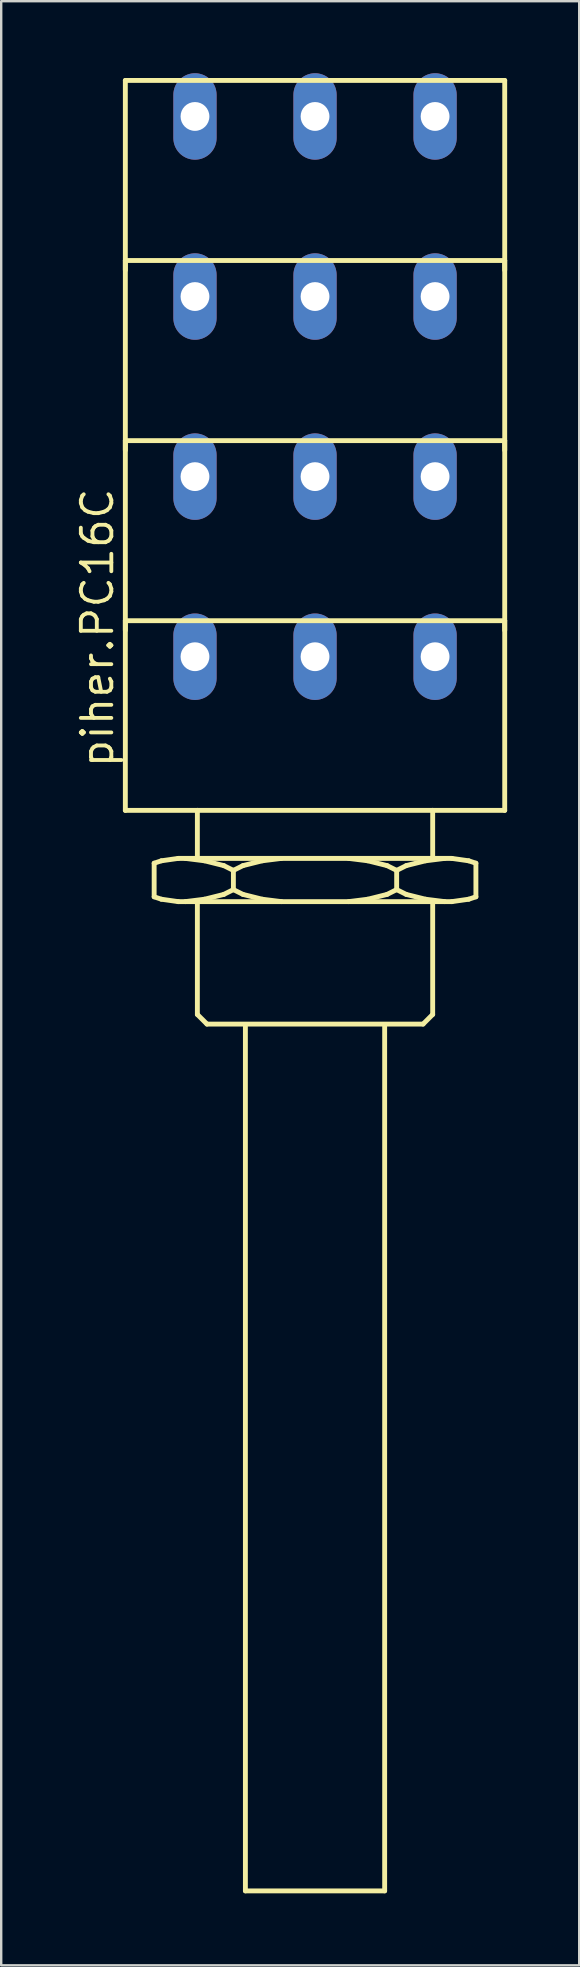
<source format=kicad_pcb>
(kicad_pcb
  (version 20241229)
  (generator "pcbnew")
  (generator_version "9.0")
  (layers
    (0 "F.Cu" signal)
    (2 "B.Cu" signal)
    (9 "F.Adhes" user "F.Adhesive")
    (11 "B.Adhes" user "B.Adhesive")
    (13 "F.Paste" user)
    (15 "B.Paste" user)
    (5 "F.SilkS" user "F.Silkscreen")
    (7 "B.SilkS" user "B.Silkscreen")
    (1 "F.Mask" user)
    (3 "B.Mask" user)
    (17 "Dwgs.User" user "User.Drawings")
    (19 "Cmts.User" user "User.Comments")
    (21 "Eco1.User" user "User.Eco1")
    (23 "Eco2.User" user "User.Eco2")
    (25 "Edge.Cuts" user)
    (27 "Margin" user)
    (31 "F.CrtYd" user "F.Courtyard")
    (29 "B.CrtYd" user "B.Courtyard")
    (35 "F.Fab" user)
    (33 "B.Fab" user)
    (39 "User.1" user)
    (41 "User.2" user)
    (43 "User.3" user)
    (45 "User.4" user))
  (footprint "piher.PC16C"
    (layer "F.Cu")
    (at 10.07 30.8)
    (property "Reference" "piher.PC16C" (at -8.32 -1.79 90) (layer "F.SilkS") (effects (font (size 1.27 1.27) (thickness 0.16)) (justify left bottom)))
    (attr through_hole)
    (fp_line (start -7.9 -30.5) (end -7.9 -22.6) (stroke (width 0.203) (type default)) (layer "F.SilkS"))
    (fp_line (start -7.9 -30.5) (end 7.9 -30.5) (stroke (width 0.203) (type default)) (layer "F.SilkS"))
    (fp_line (start -7.9 -23) (end -7.9 -15.1) (stroke (width 0.203) (type default)) (layer "F.SilkS"))
    (fp_line (start -7.9 -23) (end 7.9 -23) (stroke (width 0.203) (type default)) (layer "F.SilkS"))
    (fp_line (start -7.9 -15.5) (end -7.9 -7.6) (stroke (width 0.203) (type default)) (layer "F.SilkS"))
    (fp_line (start -7.9 -15.5) (end 7.9 -15.5) (stroke (width 0.203) (type default)) (layer "F.SilkS"))
    (fp_line (start -7.9 -8) (end -7.9 -0.1) (stroke (width 0.203) (type default)) (layer "F.SilkS"))
    (fp_line (start -7.9 -8) (end 7.9 -8) (stroke (width 0.203) (type default)) (layer "F.SilkS"))
    (fp_line (start -7.9 -0.1) (end -4.9 -0.1) (stroke (width 0.203) (type default)) (layer "F.SilkS"))
    (fp_line (start -6.7 2.1) (end -6.4 2) (stroke (width 0.203) (type default)) (layer "F.SilkS"))
    (fp_line (start -6.7 3.5) (end -6.7 2.1) (stroke (width 0.203) (type default)) (layer "F.SilkS"))
    (fp_line (start -6.4 2) (end -5.7 1.9) (stroke (width 0.203) (type default)) (layer "F.SilkS"))
    (fp_line (start -6.4 3.6) (end -6.7 3.5) (stroke (width 0.203) (type default)) (layer "F.SilkS"))
    (fp_line (start -5.7 1.9) (end -4.9 1.9) (stroke (width 0.203) (type default)) (layer "F.SilkS"))
    (fp_line (start -5.7 3.7) (end -6.4 3.6) (stroke (width 0.203) (type default)) (layer "F.SilkS"))
    (fp_line (start -4.9 -0.1) (end -4.9 1.9) (stroke (width 0.203) (type default)) (layer "F.SilkS"))
    (fp_line (start -4.9 -0.1) (end 4.9 -0.1) (stroke (width 0.203) (type default)) (layer "F.SilkS"))
    (fp_line (start -4.9 1.9) (end 4.9 1.9) (stroke (width 0.203) (type default)) (layer "F.SilkS"))
    (fp_line (start -4.9 3.7) (end -5.7 3.7) (stroke (width 0.203) (type default)) (layer "F.SilkS"))
    (fp_line (start -4.9 3.7) (end -4.9 8.4) (stroke (width 0.203) (type default)) (layer "F.SilkS"))
    (fp_line (start -4.9 8.4) (end -4.5 8.8) (stroke (width 0.203) (type default)) (layer "F.SilkS"))
    (fp_line (start -4.6 2) (end -5.4 1.9) (stroke (width 0.203) (type default)) (layer "F.SilkS"))
    (fp_line (start -4.6 3.6) (end -5.4 3.7) (stroke (width 0.203) (type default)) (layer "F.SilkS"))
    (fp_line (start -4.5 8.8) (end 4.5 8.8) (stroke (width 0.203) (type default)) (layer "F.SilkS"))
    (fp_line (start -3.8 2.2) (end -4.6 2) (stroke (width 0.203) (type default)) (layer "F.SilkS"))
    (fp_line (start -3.8 3.4) (end -4.6 3.6) (stroke (width 0.203) (type default)) (layer "F.SilkS"))
    (fp_line (start -3.4 2.4) (end -3.8 2.2) (stroke (width 0.203) (type default)) (layer "F.SilkS"))
    (fp_line (start -3.4 2.4) (end -3.4 3.2) (stroke (width 0.203) (type default)) (layer "F.SilkS"))
    (fp_line (start -3.4 2.4) (end -3 2.2) (stroke (width 0.203) (type default)) (layer "F.SilkS"))
    (fp_line (start -3.4 3.2) (end -3.8 3.4) (stroke (width 0.203) (type default)) (layer "F.SilkS"))
    (fp_line (start -3.4 3.2) (end -3 3.4) (stroke (width 0.203) (type default)) (layer "F.SilkS"))
    (fp_line (start -3 2.2) (end -2.2 2) (stroke (width 0.203) (type default)) (layer "F.SilkS"))
    (fp_line (start -3 3.4) (end -2.2 3.6) (stroke (width 0.203) (type default)) (layer "F.SilkS"))
    (fp_line (start -2.9 8.9) (end -2.9 44.9) (stroke (width 0.203) (type default)) (layer "F.SilkS"))
    (fp_line (start -2.9 44.9) (end 2.9 44.9) (stroke (width 0.203) (type default)) (layer "F.SilkS"))
    (fp_line (start -2.2 2) (end -1.4 1.9) (stroke (width 0.203) (type default)) (layer "F.SilkS"))
    (fp_line (start -2.2 3.6) (end -1.4 3.7) (stroke (width 0.203) (type default)) (layer "F.SilkS"))
    (fp_line (start 2.2 2) (end 1.4 1.9) (stroke (width 0.203) (type default)) (layer "F.SilkS"))
    (fp_line (start 2.2 3.6) (end 1.4 3.7) (stroke (width 0.203) (type default)) (layer "F.SilkS"))
    (fp_line (start 2.9 8.9) (end 2.9 44.9) (stroke (width 0.203) (type default)) (layer "F.SilkS"))
    (fp_line (start 3 2.2) (end 2.2 2) (stroke (width 0.203) (type default)) (layer "F.SilkS"))
    (fp_line (start 3 3.4) (end 2.2 3.6) (stroke (width 0.203) (type default)) (layer "F.SilkS"))
    (fp_line (start 3.4 2.4) (end 3 2.2) (stroke (width 0.203) (type default)) (layer "F.SilkS"))
    (fp_line (start 3.4 2.4) (end 3.4 3.2) (stroke (width 0.203) (type default)) (layer "F.SilkS"))
    (fp_line (start 3.4 2.4) (end 3.8 2.2) (stroke (width 0.203) (type default)) (layer "F.SilkS"))
    (fp_line (start 3.4 3.2) (end 3 3.4) (stroke (width 0.203) (type default)) (layer "F.SilkS"))
    (fp_line (start 3.4 3.2) (end 3.8 3.4) (stroke (width 0.203) (type default)) (layer "F.SilkS"))
    (fp_line (start 3.8 2.2) (end 4.6 2) (stroke (width 0.203) (type default)) (layer "F.SilkS"))
    (fp_line (start 3.8 3.4) (end 4.6 3.6) (stroke (width 0.203) (type default)) (layer "F.SilkS"))
    (fp_line (start 4.5 8.8) (end 4.9 8.4) (stroke (width 0.203) (type default)) (layer "F.SilkS"))
    (fp_line (start 4.6 2) (end 5.4 1.9) (stroke (width 0.203) (type default)) (layer "F.SilkS"))
    (fp_line (start 4.6 3.6) (end 5.4 3.7) (stroke (width 0.203) (type default)) (layer "F.SilkS"))
    (fp_line (start 4.9 -0.1) (end 4.9 1.9) (stroke (width 0.203) (type default)) (layer "F.SilkS"))
    (fp_line (start 4.9 -0.1) (end 7.9 -0.1) (stroke (width 0.203) (type default)) (layer "F.SilkS"))
    (fp_line (start 4.9 1.9) (end 5.7 1.9) (stroke (width 0.203) (type default)) (layer "F.SilkS"))
    (fp_line (start 4.9 3.7) (end -4.9 3.7) (stroke (width 0.203) (type default)) (layer "F.SilkS"))
    (fp_line (start 4.9 3.7) (end 4.9 8.4) (stroke (width 0.203) (type default)) (layer "F.SilkS"))
    (fp_line (start 5.7 1.9) (end 6.4 2) (stroke (width 0.203) (type default)) (layer "F.SilkS"))
    (fp_line (start 5.7 3.7) (end 4.9 3.7) (stroke (width 0.203) (type default)) (layer "F.SilkS"))
    (fp_line (start 6.4 2) (end 6.7 2.1) (stroke (width 0.203) (type default)) (layer "F.SilkS"))
    (fp_line (start 6.4 3.6) (end 5.7 3.7) (stroke (width 0.203) (type default)) (layer "F.SilkS"))
    (fp_line (start 6.7 2.1) (end 6.7 3.5) (stroke (width 0.203) (type default)) (layer "F.SilkS"))
    (fp_line (start 6.7 3.5) (end 6.4 3.6) (stroke (width 0.203) (type default)) (layer "F.SilkS"))
    (fp_line (start 7.9 -22.6) (end 7.9 -30.5) (stroke (width 0.203) (type default)) (layer "F.SilkS"))
    (fp_line (start 7.9 -15.1) (end 7.9 -23) (stroke (width 0.203) (type default)) (layer "F.SilkS"))
    (fp_line (start 7.9 -7.6) (end 7.9 -15.5) (stroke (width 0.203) (type default)) (layer "F.SilkS"))
    (fp_line (start 7.9 -0.1) (end 7.9 -8) (stroke (width 0.203) (type default)) (layer "F.SilkS"))
    (pad "1A" thru_hole oval (at -5 -6.5 90) (size 3.6 1.8) (drill 1.2) (layers "*.Cu" "*.Mask"))
    (pad "1E" thru_hole oval (at 5 -6.5 90) (size 3.6 1.8) (drill 1.2) (layers "*.Cu" "*.Mask"))
    (pad "1S" thru_hole oval (at 0 -6.5 90) (size 3.6 1.8) (drill 1.2) (layers "*.Cu" "*.Mask"))
    (pad "2A" thru_hole oval (at -5 -14 90) (size 3.6 1.8) (drill 1.2) (layers "*.Cu" "*.Mask"))
    (pad "2E" thru_hole oval (at 5 -14 90) (size 3.6 1.8) (drill 1.2) (layers "*.Cu" "*.Mask"))
    (pad "2S" thru_hole oval (at 0 -14 90) (size 3.6 1.8) (drill 1.2) (layers "*.Cu" "*.Mask"))
    (pad "3A" thru_hole oval (at -5 -21.5 90) (size 3.6 1.8) (drill 1.2) (layers "*.Cu" "*.Mask"))
    (pad "3E" thru_hole oval (at 5 -21.5 90) (size 3.6 1.8) (drill 1.2) (layers "*.Cu" "*.Mask"))
    (pad "3S" thru_hole oval (at 0 -21.5 90) (size 3.6 1.8) (drill 1.2) (layers "*.Cu" "*.Mask"))
    (pad "4A" thru_hole oval (at -5 -29 90) (size 3.6 1.8) (drill 1.2) (layers "*.Cu" "*.Mask"))
    (pad "4E" thru_hole oval (at 5 -29 90) (size 3.6 1.8) (drill 1.2) (layers "*.Cu" "*.Mask"))
    (pad "4S" thru_hole oval (at 0 -29 90) (size 3.6 1.8) (drill 1.2) (layers "*.Cu" "*.Mask")))
  (gr_rect
    (start -3 -3)
    (end 21.072 78.802)
    (stroke (width 0.1) (type default))
    (fill no)
    (layer "Edge.Cuts")))
</source>
